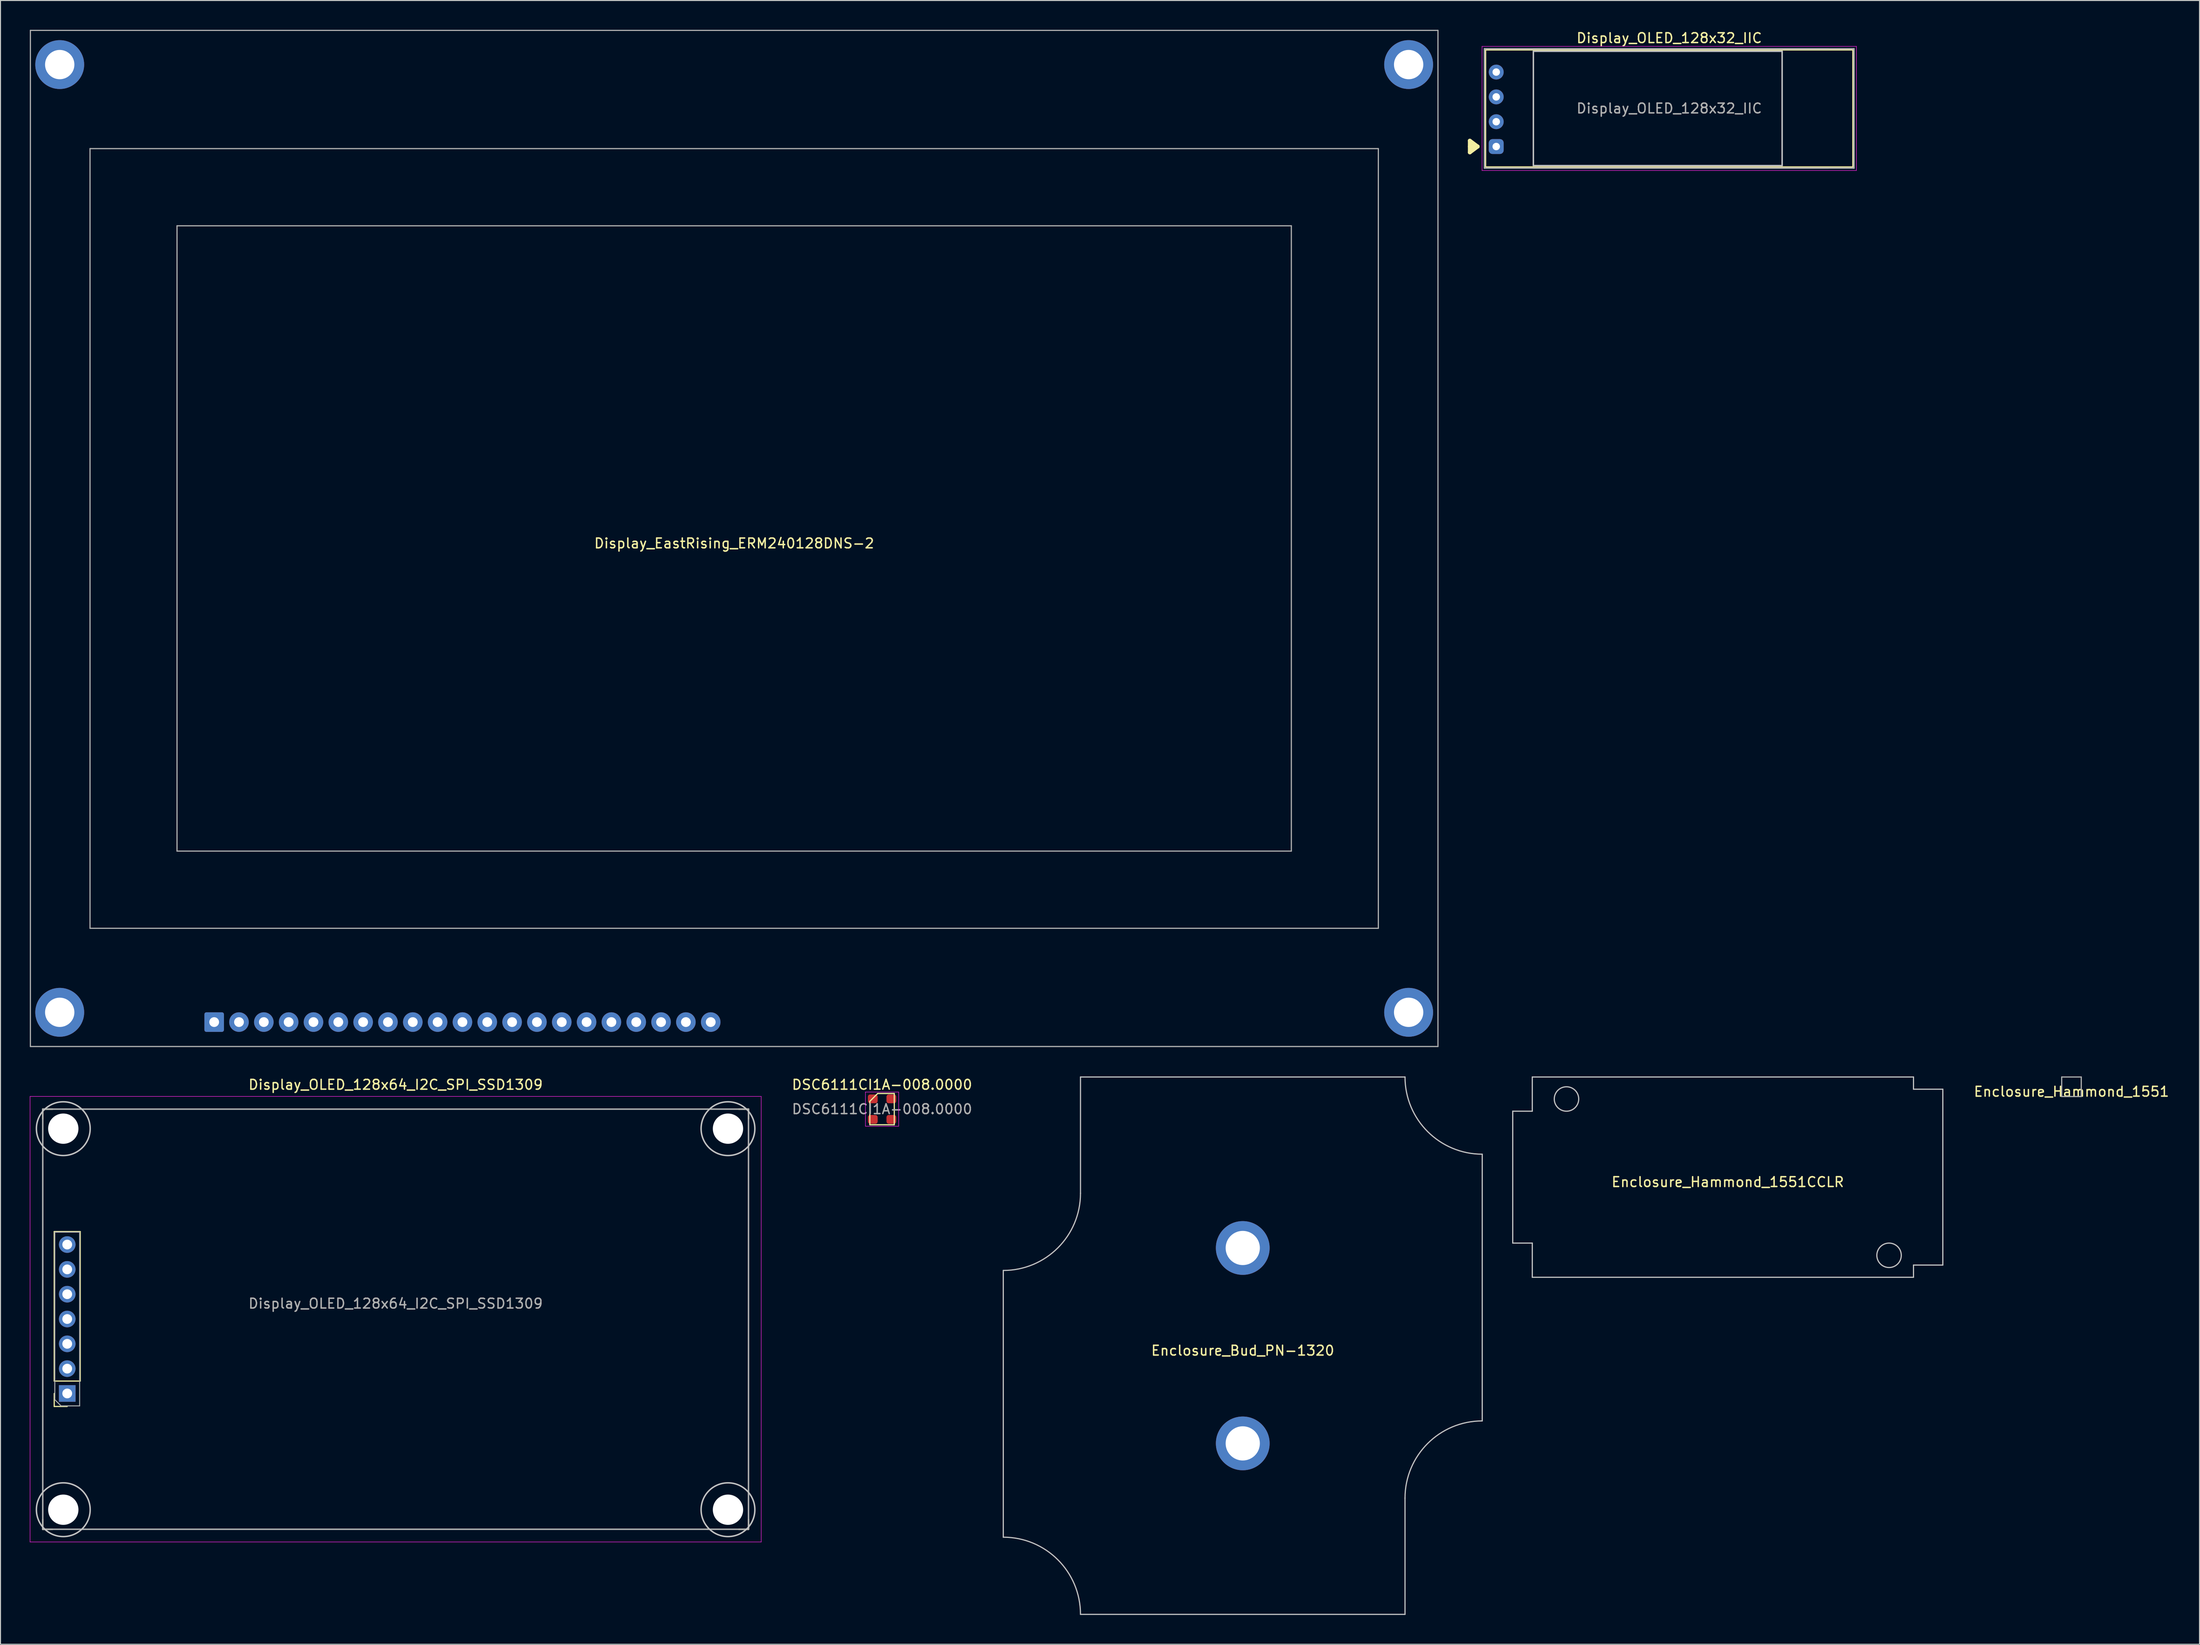
<source format=kicad_pcb>
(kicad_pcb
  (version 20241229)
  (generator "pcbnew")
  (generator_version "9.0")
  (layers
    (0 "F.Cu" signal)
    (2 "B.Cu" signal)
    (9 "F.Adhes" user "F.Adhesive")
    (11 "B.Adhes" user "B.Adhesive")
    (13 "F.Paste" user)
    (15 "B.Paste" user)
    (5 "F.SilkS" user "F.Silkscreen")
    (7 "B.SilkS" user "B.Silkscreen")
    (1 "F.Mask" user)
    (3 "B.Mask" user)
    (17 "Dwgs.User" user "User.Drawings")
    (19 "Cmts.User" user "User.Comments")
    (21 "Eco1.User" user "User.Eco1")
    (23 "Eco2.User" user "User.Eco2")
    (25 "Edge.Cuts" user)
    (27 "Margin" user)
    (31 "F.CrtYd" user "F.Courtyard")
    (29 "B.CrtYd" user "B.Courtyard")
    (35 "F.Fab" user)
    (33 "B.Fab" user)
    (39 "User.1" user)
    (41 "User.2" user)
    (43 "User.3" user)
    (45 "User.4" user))
  (footprint "Enclosure_Hammond_1551CCLR"
    (layer "F.Cu")
    (at 173.709 117.43)
    (property "Reference" "Enclosure_Hammond_1551CCLR" (at 0 0.5 0) (layer "F.SilkS") (effects (font (size 1 1) (thickness 0.15))))
    (attr through_hole)
    (fp_line (start -22 6.75) (end -22 -6.75) (stroke (width 0.12) (type solid)) (layer "Dwgs.User"))
    (fp_line (start -20 -10.25) (end -20 -6.75) (stroke (width 0.12) (type solid)) (layer "Dwgs.User"))
    (fp_line (start -20 -10.25) (end 19 -10.25) (stroke (width 0.12) (type solid)) (layer "Dwgs.User"))
    (fp_line (start -20 -6.75) (end -22 -6.75) (stroke (width 0.12) (type solid)) (layer "Dwgs.User"))
    (fp_line (start -20 6.75) (end -22 6.75) (stroke (width 0.12) (type solid)) (layer "Dwgs.User"))
    (fp_line (start -20 10.25) (end -20 6.75) (stroke (width 0.12) (type solid)) (layer "Dwgs.User"))
    (fp_line (start 19 -9) (end 19 -10.25) (stroke (width 0.12) (type solid)) (layer "Dwgs.User"))
    (fp_line (start 19 10.25) (end -20 10.25) (stroke (width 0.12) (type solid)) (layer "Dwgs.User"))
    (fp_line (start 19 10.25) (end 19 9) (stroke (width 0.12) (type solid)) (layer "Dwgs.User"))
    (fp_line (start 22 -9) (end 19 -9) (stroke (width 0.12) (type solid)) (layer "Dwgs.User"))
    (fp_line (start 22 -9) (end 22 9) (stroke (width 0.12) (type solid)) (layer "Dwgs.User"))
    (fp_line (start 22 9) (end 19 9) (stroke (width 0.12) (type solid)) (layer "Dwgs.User"))
    (fp_circle (center -16.5 -8) (end -15.25 -8) (stroke (width 0.12) (type solid)) (fill no) (layer "Dwgs.User"))
    (fp_circle (center 16.5 8) (end 17.75 8) (stroke (width 0.12) (type solid)) (fill no) (layer "Dwgs.User")))
  (footprint "Display_OLED_128x32_IIC"
    (layer "F.Cu")
    (at 150.02 11.948)
    (property "Reference" "Display_OLED_128x32_IIC" (at 17.7 -11.1 0) (layer "F.SilkS") (effects (font (size 1 1) (thickness 0.15))))
    (attr through_hole)
    (fp_line (start -2.7 -0.6) (end -1.9 0) (stroke (width 0.4) (type solid)) (layer "F.SilkS"))
    (fp_line (start -2.7 0.6) (end -2.7 -0.6) (stroke (width 0.4) (type solid)) (layer "F.SilkS"))
    (fp_line (start -1.9 0) (end -2.7 0) (stroke (width 0.4) (type solid)) (layer "F.SilkS"))
    (fp_line (start -1.9 0) (end -2.7 0.6) (stroke (width 0.4) (type solid)) (layer "F.SilkS"))
    (fp_line (start -1.1 -9.9) (end 36.5 -9.9) (stroke (width 0.15) (type solid)) (layer "F.SilkS"))
    (fp_line (start -1.1 2.1) (end -1.1 -9.9) (stroke (width 0.15) (type solid)) (layer "F.SilkS"))
    (fp_line (start 36.5 -9.9) (end 36.5 2.1) (stroke (width 0.15) (type solid)) (layer "F.SilkS"))
    (fp_line (start 36.5 2.1) (end -1.1 2.1) (stroke (width 0.15) (type solid)) (layer "F.SilkS"))
    (fp_line (start 3.8 -9.75) (end 29.25 -9.75) (stroke (width 0.15) (type solid)) (layer "Dwgs.User"))
    (fp_line (start 3.8 1.95) (end 3.8 -9.75) (stroke (width 0.15) (type solid)) (layer "Dwgs.User"))
    (fp_line (start 29.25 -9.75) (end 29.25 1.95) (stroke (width 0.15) (type solid)) (layer "Dwgs.User"))
    (fp_line (start 29.25 1.95) (end 3.8 1.95) (stroke (width 0.15) (type solid)) (layer "Dwgs.User"))
    (fp_line (start -1.45 -10.25) (end 36.85 -10.25) (stroke (width 0.05) (type solid)) (layer "F.CrtYd"))
    (fp_line (start -1.45 2.45) (end -1.45 -10.25) (stroke (width 0.05) (type solid)) (layer "F.CrtYd"))
    (fp_line (start 36.85 -10.25) (end 36.85 2.45) (stroke (width 0.05) (type solid)) (layer "F.CrtYd"))
    (fp_line (start 36.85 2.45) (end -1.45 2.45) (stroke (width 0.05) (type solid)) (layer "F.CrtYd"))
    (fp_line (start -1.2 -10) (end 36.6 -10) (stroke (width 0.15) (type solid)) (layer "F.Fab"))
    (fp_line (start -1.2 2.2) (end -1.2 -10) (stroke (width 0.15) (type solid)) (layer "F.Fab"))
    (fp_line (start 3.8 -10) (end 34 -10) (stroke (width 0.12) (type solid)) (layer "F.Fab"))
    (fp_line (start 34 2.2) (end 3.8 2.2) (stroke (width 0.12) (type solid)) (layer "F.Fab"))
    (fp_line (start 36.6 -10) (end 36.6 2.2) (stroke (width 0.15) (type solid)) (layer "F.Fab"))
    (fp_line (start 36.6 2.2) (end -1.2 2.2) (stroke (width 0.15) (type solid)) (layer "F.Fab"))
    (fp_text user "${REFERENCE}" (at 17.7 -3.9 0) (layer "F.Fab") (effects (font (size 1 1) (thickness 0.15))))
    (pad "1" thru_hole roundrect (at 0 0) (size 1.524 1.524) (drill 0.762) (layers "*.Cu" "*.Mask") (roundrect_rratio 0.25))
    (pad "2" thru_hole circle (at 0 -2.54) (size 1.524 1.524) (drill 0.762) (layers "*.Cu" "*.Mask"))
    (pad "3" thru_hole circle (at 0 -5.08) (size 1.524 1.524) (drill 0.762) (layers "*.Cu" "*.Mask"))
    (pad "4" thru_hole circle (at 0 -7.62) (size 1.524 1.524) (drill 0.762) (layers "*.Cu" "*.Mask")))
  (footprint "DSC6111CI1A-008.0000"
    (layer "F.Cu")
    (at 87.189 110.468)
    (property "Reference" "DSC6111CI1A-008.0000" (at 0 -2.5 0) (layer "F.SilkS") (effects (font (size 1 1) (thickness 0.15))))
    (attr smd)
    (fp_line (start -1.25 -0.8) (end -0.45 -1.6) (stroke (width 0.12) (type solid)) (layer "F.SilkS"))
    (fp_line (start -1.25 1.6) (end -1.25 -0.8) (stroke (width 0.12) (type solid)) (layer "F.SilkS"))
    (fp_line (start -0.45 -1.6) (end 1.25 -1.6) (stroke (width 0.12) (type solid)) (layer "F.SilkS"))
    (fp_line (start 1.25 -1.6) (end 1.25 1.6) (stroke (width 0.12) (type solid)) (layer "F.SilkS"))
    (fp_line (start 1.25 1.6) (end -1.25 1.6) (stroke (width 0.12) (type solid)) (layer "F.SilkS"))
    (fp_line (start -1.7 -1.75) (end 1.7 -1.75) (stroke (width 0.05) (type solid)) (layer "F.CrtYd"))
    (fp_line (start -1.7 1.75) (end -1.7 -1.75) (stroke (width 0.05) (type solid)) (layer "F.CrtYd"))
    (fp_line (start 1.7 -1.75) (end 1.7 1.75) (stroke (width 0.05) (type solid)) (layer "F.CrtYd"))
    (fp_line (start 1.7 1.75) (end -1.7 1.75) (stroke (width 0.05) (type solid)) (layer "F.CrtYd"))
    (fp_text user "${REFERENCE}" (at 0 0 0) (layer "F.Fab") (effects (font (size 1 1) (thickness 0.15))))
    (pad "1" smd roundrect (at -0.95 -1.05 270) (size 0.9 1) (layers "F.Cu" "F.Mask" "F.Paste") (roundrect_rratio 0.25))
    (pad "2" smd roundrect (at -0.95 1.05 270) (size 0.9 1) (layers "F.Cu" "F.Mask" "F.Paste") (roundrect_rratio 0.25))
    (pad "3" smd roundrect (at 0.95 1.05 270) (size 0.9 1) (layers "F.Cu" "F.Mask" "F.Paste") (roundrect_rratio 0.25))
    (pad "4" smd roundrect (at 0.95 -1.05 270) (size 0.9 1) (layers "F.Cu" "F.Mask" "F.Paste") (roundrect_rratio 0.25)))
  (footprint "Enclosure_Hammond_1551"
    (layer "F.Cu")
    (at 208.87 108.18)
    (property "Reference" "Enclosure_Hammond_1551" (at 0 0.5 0) (layer "F.SilkS") (effects (font (size 1 1) (thickness 0.15))))
    (attr through_hole)
    (fp_line (start -1 -1) (end 1 -1) (stroke (width 0.12) (type solid)) (layer "F.Fab"))
    (fp_line (start -1 1) (end -1 -1) (stroke (width 0.12) (type solid)) (layer "F.Fab"))
    (fp_line (start 1 -1) (end 1 1) (stroke (width 0.12) (type solid)) (layer "F.Fab"))
    (fp_line (start 1 1) (end -1 1) (stroke (width 0.12) (type solid)) (layer "F.Fab")))
  (footprint "Display_OLED_128x64_I2C_SPI_SSD1309"
    (layer "F.Cu")
    (at 37.425 131.968)
    (property "Reference" "Display_OLED_128x64_I2C_SPI_SSD1309" (at 0 -24 0) (layer "F.SilkS") (effects (font (size 1 1) (thickness 0.15))))
    (attr through_hole)
    (fp_line (start -36.1 -21.5) (end -36.1 -20.5) (stroke (width 0.15) (type solid)) (layer "F.SilkS"))
    (fp_line (start -36.1 -21.5) (end -35.1 -21.5) (stroke (width 0.15) (type solid)) (layer "F.SilkS"))
    (fp_line (start -36.1 21.5) (end -36.1 20.5) (stroke (width 0.15) (type solid)) (layer "F.SilkS"))
    (fp_line (start -36.1 21.5) (end -35.1 21.5) (stroke (width 0.15) (type solid)) (layer "F.SilkS"))
    (fp_line (start -34.928 6.332) (end -34.928 -8.968) (stroke (width 0.12) (type solid)) (layer "F.SilkS"))
    (fp_line (start -34.928 8.932) (end -34.928 7.602) (stroke (width 0.12) (type solid)) (layer "F.SilkS"))
    (fp_line (start -33.598 8.932) (end -34.928 8.932) (stroke (width 0.12) (type solid)) (layer "F.SilkS"))
    (fp_line (start -32.268 -8.968) (end -34.928 -8.968) (stroke (width 0.12) (type solid)) (layer "F.SilkS"))
    (fp_line (start -32.268 6.332) (end -34.928 6.332) (stroke (width 0.12) (type solid)) (layer "F.SilkS"))
    (fp_line (start -32.268 6.332) (end -32.268 -8.968) (stroke (width 0.12) (type solid)) (layer "F.SilkS"))
    (fp_line (start 36.1 -21.5) (end 35.1 -21.5) (stroke (width 0.15) (type solid)) (layer "F.SilkS"))
    (fp_line (start 36.1 -21.5) (end 36.1 -20.5) (stroke (width 0.15) (type solid)) (layer "F.SilkS"))
    (fp_line (start 36.1 21.5) (end 35.1 21.5) (stroke (width 0.15) (type solid)) (layer "F.SilkS"))
    (fp_line (start 36.1 21.5) (end 36.1 20.5) (stroke (width 0.15) (type solid)) (layer "F.SilkS"))
    (fp_circle (center -34 -19.5) (end -31.25 -19.5) (stroke (width 0.15) (type solid)) (fill no) (layer "Dwgs.User"))
    (fp_circle (center -34 19.5) (end -31.25 19.5) (stroke (width 0.15) (type solid)) (fill no) (layer "Dwgs.User"))
    (fp_circle (center 34 -19.5) (end 36.75 -19.5) (stroke (width 0.15) (type solid)) (fill no) (layer "Dwgs.User"))
    (fp_circle (center 34 19.5) (end 36.75 19.5) (stroke (width 0.15) (type solid)) (fill no) (layer "Dwgs.User"))
    (fp_line (start -37.4 -22.8) (end 37.4 -22.8) (stroke (width 0.05) (type solid)) (layer "F.CrtYd"))
    (fp_line (start -37.4 22.8) (end -37.4 -22.8) (stroke (width 0.05) (type solid)) (layer "F.CrtYd"))
    (fp_line (start 37.4 -22.8) (end 37.4 22.8) (stroke (width 0.05) (type solid)) (layer "F.CrtYd"))
    (fp_line (start 37.4 22.8) (end -37.4 22.8) (stroke (width 0.05) (type solid)) (layer "F.CrtYd"))
    (fp_line (start -36.1 -21.5) (end 36.1 -21.5) (stroke (width 0.15) (type solid)) (layer "F.Fab"))
    (fp_line (start -36.1 21.5) (end -36.1 -21.5) (stroke (width 0.15) (type solid)) (layer "F.Fab"))
    (fp_line (start -34.868 -8.908) (end -32.328 -8.908) (stroke (width 0.1) (type solid)) (layer "F.Fab"))
    (fp_line (start -34.868 8.237) (end -34.868 -8.908) (stroke (width 0.1) (type solid)) (layer "F.Fab"))
    (fp_line (start -34.233 8.872) (end -34.868 8.237) (stroke (width 0.1) (type solid)) (layer "F.Fab"))
    (fp_line (start -32.328 -8.908) (end -32.328 8.872) (stroke (width 0.1) (type solid)) (layer "F.Fab"))
    (fp_line (start -32.328 8.872) (end -34.233 8.872) (stroke (width 0.1) (type solid)) (layer "F.Fab"))
    (fp_line (start 36.1 -21.5) (end 36.1 21.5) (stroke (width 0.15) (type solid)) (layer "F.Fab"))
    (fp_line (start 36.1 21.5) (end -36.1 21.5) (stroke (width 0.15) (type solid)) (layer "F.Fab"))
    (fp_text user "${REFERENCE}" (at 0 -1.6 0) (layer "F.Fab") (effects (font (size 1 1) (thickness 0.15))))
    (pad "" np_thru_hole circle (at -34 -19.5) (size 3.1 3.1) (drill 3.1) (layers "*.Cu" "*.Mask"))
    (pad "" np_thru_hole circle (at -34 19.5) (size 3.1 3.1) (drill 3.1) (layers "*.Cu" "*.Mask"))
    (pad "" np_thru_hole circle (at 34 -19.5) (size 3.1 3.1) (drill 3.1) (layers "*.Cu" "*.Mask"))
    (pad "" np_thru_hole circle (at 34 19.5) (size 3.1 3.1) (drill 3.1) (layers "*.Cu" "*.Mask"))
    (pad "1" thru_hole rect (at -33.598 7.602 180) (size 1.7 1.7) (drill 1) (layers "*.Cu" "*.Mask"))
    (pad "2" thru_hole oval (at -33.598 5.062 180) (size 1.7 1.7) (drill 1) (layers "*.Cu" "*.Mask"))
    (pad "3" thru_hole oval (at -33.598 2.522 180) (size 1.7 1.7) (drill 1) (layers "*.Cu" "*.Mask"))
    (pad "4" thru_hole oval (at -33.598 -0.018 180) (size 1.7 1.7) (drill 1) (layers "*.Cu" "*.Mask"))
    (pad "5" thru_hole oval (at -33.598 -2.558 180) (size 1.7 1.7) (drill 1) (layers "*.Cu" "*.Mask"))
    (pad "6" thru_hole oval (at -33.598 -5.098 180) (size 1.7 1.7) (drill 1) (layers "*.Cu" "*.Mask"))
    (pad "7" thru_hole oval (at -33.598 -7.638 180) (size 1.7 1.7) (drill 1) (layers "*.Cu" "*.Mask")))
  (footprint "Display_EastRising_ERM240128DNS-2"
    (layer "F.Cu")
    (at 72.06 52.06)
    (property "Reference" "Display_EastRising_ERM240128DNS-2" (at 0 0.5 0) (layer "F.SilkS") (effects (font (size 1 1) (thickness 0.15))))
    (attr through_hole)
    (fp_line (start -72 -52) (end 72 -52) (stroke (width 0.12) (type solid)) (layer "F.Fab"))
    (fp_line (start -72 52) (end -72 -52) (stroke (width 0.12) (type solid)) (layer "F.Fab"))
    (fp_line (start -65.9 -39.9) (end 65.9 -39.9) (stroke (width 0.12) (type solid)) (layer "F.Fab"))
    (fp_line (start -65.9 39.9) (end -65.9 -39.9) (stroke (width 0.12) (type solid)) (layer "F.Fab"))
    (fp_line (start -57 -32) (end 57 -32) (stroke (width 0.12) (type solid)) (layer "F.Fab"))
    (fp_line (start -57 32) (end -57 -32) (stroke (width 0.12) (type solid)) (layer "F.Fab"))
    (fp_line (start 57 -32) (end 57 32) (stroke (width 0.12) (type solid)) (layer "F.Fab"))
    (fp_line (start 57 32) (end -57 32) (stroke (width 0.12) (type solid)) (layer "F.Fab"))
    (fp_line (start 65.9 -39.9) (end 65.9 39.9) (stroke (width 0.12) (type solid)) (layer "F.Fab"))
    (fp_line (start 65.9 39.9) (end -65.9 39.9) (stroke (width 0.12) (type solid)) (layer "F.Fab"))
    (fp_line (start 72 -52) (end 72 52) (stroke (width 0.12) (type solid)) (layer "F.Fab"))
    (fp_line (start 72 52) (end -72 52) (stroke (width 0.12) (type solid)) (layer "F.Fab"))
    (pad "" np_thru_hole circle (at -69 -48.5) (size 5 5) (drill 3) (layers "*.Cu" "*.Mask"))
    (pad "" np_thru_hole circle (at -69 48.5) (size 5 5) (drill 3) (layers "*.Cu" "*.Mask"))
    (pad "" np_thru_hole circle (at 69 -48.5) (size 5 5) (drill 3) (layers "*.Cu" "*.Mask"))
    (pad "" np_thru_hole circle (at 69 48.5) (size 5 5) (drill 3) (layers "*.Cu" "*.Mask"))
    (pad "1" thru_hole roundrect (at -53.2 49.5) (size 2 2) (drill 1) (layers "*.Cu" "*.Mask") (roundrect_rratio 0.1))
    (pad "2" thru_hole circle (at -50.66 49.5) (size 2 2) (drill 1) (layers "*.Cu" "*.Mask"))
    (pad "3" thru_hole circle (at -48.12 49.5) (size 2 2) (drill 1) (layers "*.Cu" "*.Mask"))
    (pad "4" thru_hole circle (at -45.58 49.5) (size 2 2) (drill 1) (layers "*.Cu" "*.Mask"))
    (pad "5" thru_hole circle (at -43.04 49.5) (size 2 2) (drill 1) (layers "*.Cu" "*.Mask"))
    (pad "6" thru_hole circle (at -40.5 49.5) (size 2 2) (drill 1) (layers "*.Cu" "*.Mask"))
    (pad "7" thru_hole circle (at -37.96 49.5) (size 2 2) (drill 1) (layers "*.Cu" "*.Mask"))
    (pad "8" thru_hole circle (at -35.42 49.5) (size 2 2) (drill 1) (layers "*.Cu" "*.Mask"))
    (pad "9" thru_hole circle (at -32.88 49.5) (size 2 2) (drill 1) (layers "*.Cu" "*.Mask"))
    (pad "10" thru_hole circle (at -30.34 49.5) (size 2 2) (drill 1) (layers "*.Cu" "*.Mask"))
    (pad "11" thru_hole circle (at -27.8 49.5) (size 2 2) (drill 1) (layers "*.Cu" "*.Mask"))
    (pad "12" thru_hole circle (at -25.26 49.5) (size 2 2) (drill 1) (layers "*.Cu" "*.Mask"))
    (pad "13" thru_hole circle (at -22.72 49.5) (size 2 2) (drill 1) (layers "*.Cu" "*.Mask"))
    (pad "14" thru_hole circle (at -20.18 49.5) (size 2 2) (drill 1) (layers "*.Cu" "*.Mask"))
    (pad "15" thru_hole circle (at -17.64 49.5) (size 2 2) (drill 1) (layers "*.Cu" "*.Mask"))
    (pad "16" thru_hole circle (at -15.1 49.5) (size 2 2) (drill 1) (layers "*.Cu" "*.Mask"))
    (pad "17" thru_hole circle (at -12.56 49.5) (size 2 2) (drill 1) (layers "*.Cu" "*.Mask"))
    (pad "18" thru_hole circle (at -10.02 49.5) (size 2 2) (drill 1) (layers "*.Cu" "*.Mask"))
    (pad "19" thru_hole circle (at -7.48 49.5) (size 2 2) (drill 1) (layers "*.Cu" "*.Mask"))
    (pad "20" thru_hole circle (at -4.94 49.5) (size 2 2) (drill 1) (layers "*.Cu" "*.Mask"))
    (pad "21" thru_hole circle (at -2.4 49.5) (size 2 2) (drill 1) (layers "*.Cu" "*.Mask")))
  (footprint "Enclosure_Bud_PN-1320"
    (layer "F.Cu")
    (at 124.089 134.68)
    (property "Reference" "Enclosure_Bud_PN-1320" (at 0 0.5 0) (layer "F.SilkS") (effects (font (size 1 1) (thickness 0.15))))
    (attr through_hole)
    (fp_line (start -24.5 19.6) (end -24.5 -7.7) (stroke (width 0.12) (type solid)) (layer "Dwgs.User"))
    (fp_line (start -16.6 -27.5) (end 16.6 -27.5) (stroke (width 0.12) (type solid)) (layer "Dwgs.User"))
    (fp_line (start -16.6 -15.6) (end -16.6 -27.5) (stroke (width 0.12) (type solid)) (layer "Dwgs.User"))
    (fp_line (start 16.6 15.6) (end 16.6 27.5) (stroke (width 0.12) (type solid)) (layer "Dwgs.User"))
    (fp_line (start 16.6 27.5) (end -16.6 27.5) (stroke (width 0.12) (type solid)) (layer "Dwgs.User"))
    (fp_line (start 24.5 -19.6) (end 24.5 7.7) (stroke (width 0.12) (type solid)) (layer "Dwgs.User"))
    (fp_arc (start -24.5 19.6) (mid -18.913856 21.913856) (end -16.6 27.5) (stroke (width 0.12) (type solid)) (layer "Dwgs.User"))
    (fp_arc (start -16.6 -15.6) (mid -18.913856 -10.013856) (end -24.5 -7.7) (stroke (width 0.12) (type solid)) (layer "Dwgs.User"))
    (fp_arc (start 16.6 15.6) (mid 18.913856 10.013856) (end 24.5 7.7) (stroke (width 0.12) (type solid)) (layer "Dwgs.User"))
    (fp_arc (start 24.5 -19.6) (mid 18.913856 -21.913856) (end 16.6 -27.5) (stroke (width 0.12) (type solid)) (layer "Dwgs.User"))
    (pad "" np_thru_hole circle (at 0 -10) (size 5.5 5.5) (drill 3.5) (layers "*.Cu" "*.Mask"))
    (pad "" np_thru_hole circle (at 0 10) (size 5.5 5.5) (drill 3.5) (layers "*.Cu" "*.Mask")))
  (gr_rect
    (start -3 -3)
    (end 221.971 165.24)
    (stroke (width 0.1) (type default))
    (fill no)
    (layer "Edge.Cuts")))
</source>
